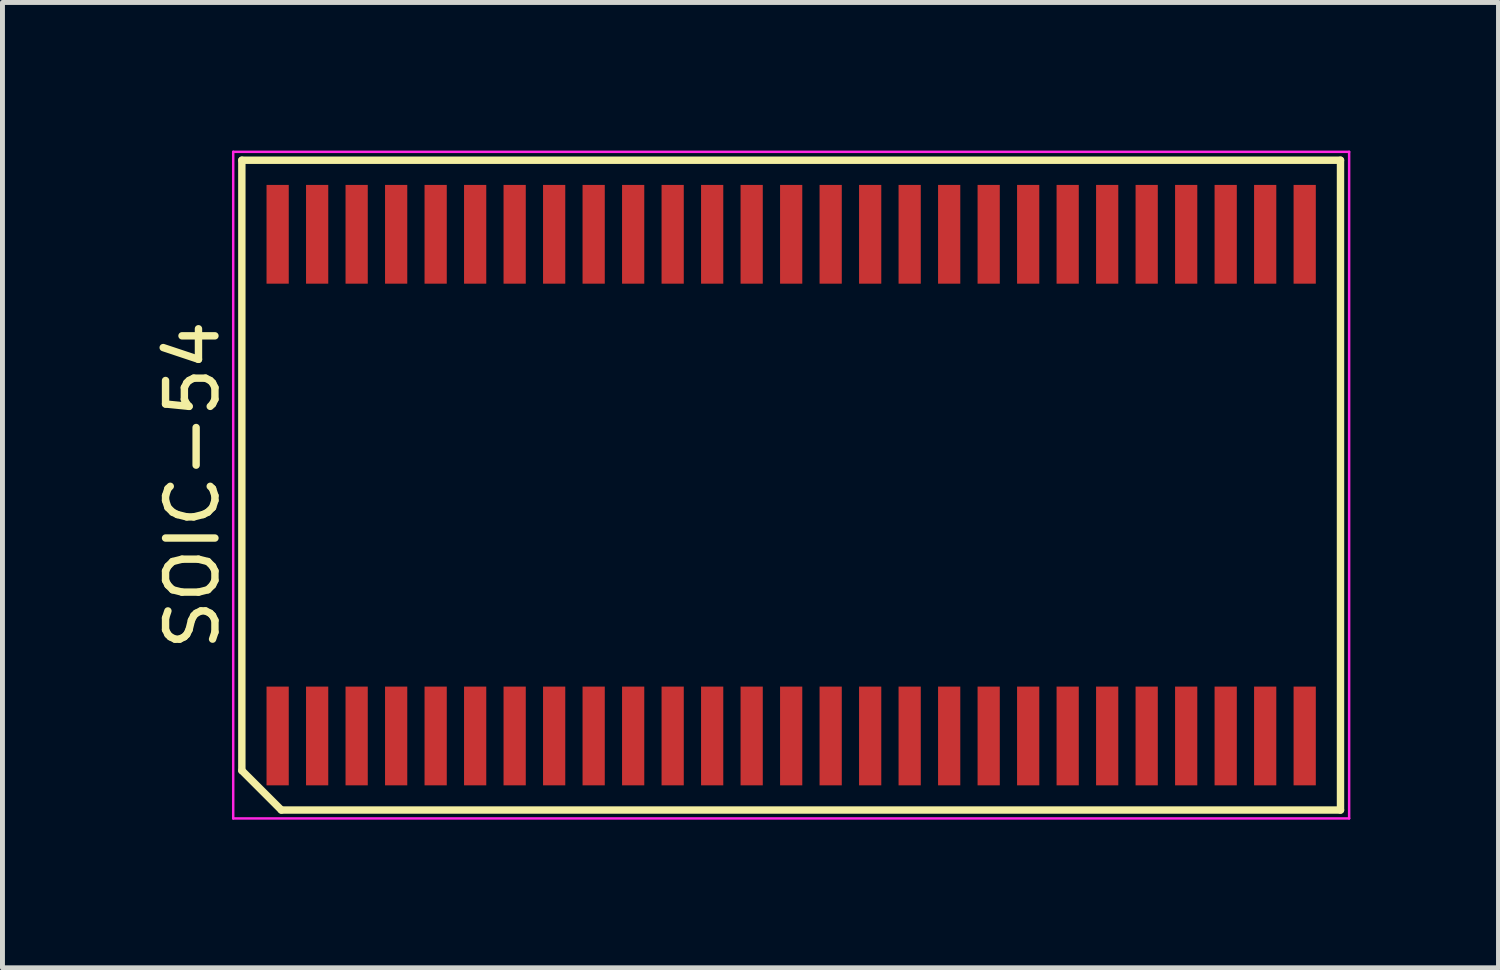
<source format=kicad_pcb>
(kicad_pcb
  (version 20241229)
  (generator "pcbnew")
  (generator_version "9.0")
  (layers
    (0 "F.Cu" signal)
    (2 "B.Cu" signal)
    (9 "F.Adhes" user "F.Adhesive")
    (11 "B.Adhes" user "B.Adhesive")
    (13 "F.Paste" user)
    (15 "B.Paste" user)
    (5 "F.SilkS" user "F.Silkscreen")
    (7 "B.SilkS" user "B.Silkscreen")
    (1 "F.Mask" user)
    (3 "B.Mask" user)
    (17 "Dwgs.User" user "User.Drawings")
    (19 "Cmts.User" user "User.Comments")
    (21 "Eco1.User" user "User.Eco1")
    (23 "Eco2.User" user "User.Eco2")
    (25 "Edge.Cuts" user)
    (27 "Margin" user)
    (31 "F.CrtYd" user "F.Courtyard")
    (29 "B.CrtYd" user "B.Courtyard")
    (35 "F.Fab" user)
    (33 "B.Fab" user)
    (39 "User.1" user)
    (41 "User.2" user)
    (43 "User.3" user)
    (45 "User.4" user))
  (footprint "SOIC-54"
    (layer "F.Cu")
    (at 12.973 6.775)
    (property "Reference" "SOIC-54" (at -12.125 0 90) (layer "F.SilkS") (effects (font (size 1 1) (thickness 0.15))))
    (attr smd)
    (fp_line (start -11.125 -6.58) (end 11.125 -6.58) (stroke (width 0.15) (type solid)) (layer "F.SilkS"))
    (fp_line (start -11.125 5.78) (end -11.125 -6.58) (stroke (width 0.15) (type solid)) (layer "F.SilkS"))
    (fp_line (start -10.325 6.58) (end -11.125 5.78) (stroke (width 0.15) (type solid)) (layer "F.SilkS"))
    (fp_line (start 11.125 -6.58) (end 11.125 6.58) (stroke (width 0.15) (type solid)) (layer "F.SilkS"))
    (fp_line (start 11.125 6.58) (end -10.325 6.58) (stroke (width 0.15) (type solid)) (layer "F.SilkS"))
    (fp_line (start -11.3 -6.75) (end 11.3 -6.75) (stroke (width 0.05) (type solid)) (layer "F.CrtYd"))
    (fp_line (start -11.3 6.75) (end -11.3 -6.75) (stroke (width 0.05) (type solid)) (layer "F.CrtYd"))
    (fp_line (start 11.3 -6.75) (end 11.3 6.75) (stroke (width 0.05) (type solid)) (layer "F.CrtYd"))
    (fp_line (start 11.3 6.75) (end -11.3 6.75) (stroke (width 0.05) (type solid)) (layer "F.CrtYd"))
    (pad "1" smd rect (at -10.4 5.08) (size 0.45 2) (layers "F.Cu" "F.Mask" "F.Paste"))
    (pad "2" smd rect (at -9.6 5.08) (size 0.45 2) (layers "F.Cu" "F.Mask" "F.Paste"))
    (pad "3" smd rect (at -8.8 5.08) (size 0.45 2) (layers "F.Cu" "F.Mask" "F.Paste"))
    (pad "4" smd rect (at -8 5.08) (size 0.45 2) (layers "F.Cu" "F.Mask" "F.Paste"))
    (pad "5" smd rect (at -7.2 5.08) (size 0.45 2) (layers "F.Cu" "F.Mask" "F.Paste"))
    (pad "6" smd rect (at -6.4 5.08) (size 0.45 2) (layers "F.Cu" "F.Mask" "F.Paste"))
    (pad "7" smd rect (at -5.6 5.08) (size 0.45 2) (layers "F.Cu" "F.Mask" "F.Paste"))
    (pad "8" smd rect (at -4.8 5.08) (size 0.45 2) (layers "F.Cu" "F.Mask" "F.Paste"))
    (pad "9" smd rect (at -4 5.08) (size 0.45 2) (layers "F.Cu" "F.Mask" "F.Paste"))
    (pad "10" smd rect (at -3.2 5.08) (size 0.45 2) (layers "F.Cu" "F.Mask" "F.Paste"))
    (pad "11" smd rect (at -2.4 5.08) (size 0.45 2) (layers "F.Cu" "F.Mask" "F.Paste"))
    (pad "12" smd rect (at -1.6 5.08) (size 0.45 2) (layers "F.Cu" "F.Mask" "F.Paste"))
    (pad "13" smd rect (at -0.8 5.08) (size 0.45 2) (layers "F.Cu" "F.Mask" "F.Paste"))
    (pad "14" smd rect (at 0 5.08) (size 0.45 2) (layers "F.Cu" "F.Mask" "F.Paste"))
    (pad "15" smd rect (at 0.8 5.08) (size 0.45 2) (layers "F.Cu" "F.Mask" "F.Paste"))
    (pad "16" smd rect (at 1.6 5.08) (size 0.45 2) (layers "F.Cu" "F.Mask" "F.Paste"))
    (pad "17" smd rect (at 2.4 5.08) (size 0.45 2) (layers "F.Cu" "F.Mask" "F.Paste"))
    (pad "18" smd rect (at 3.2 5.08) (size 0.45 2) (layers "F.Cu" "F.Mask" "F.Paste"))
    (pad "19" smd rect (at 4 5.08) (size 0.45 2) (layers "F.Cu" "F.Mask" "F.Paste"))
    (pad "20" smd rect (at 4.8 5.08) (size 0.45 2) (layers "F.Cu" "F.Mask" "F.Paste"))
    (pad "21" smd rect (at 5.6 5.08) (size 0.45 2) (layers "F.Cu" "F.Mask" "F.Paste"))
    (pad "22" smd rect (at 6.4 5.08) (size 0.45 2) (layers "F.Cu" "F.Mask" "F.Paste"))
    (pad "23" smd rect (at 7.2 5.08) (size 0.45 2) (layers "F.Cu" "F.Mask" "F.Paste"))
    (pad "24" smd rect (at 8 5.08) (size 0.45 2) (layers "F.Cu" "F.Mask" "F.Paste"))
    (pad "25" smd rect (at 8.8 5.08) (size 0.45 2) (layers "F.Cu" "F.Mask" "F.Paste"))
    (pad "26" smd rect (at 9.6 5.08) (size 0.45 2) (layers "F.Cu" "F.Mask" "F.Paste"))
    (pad "27" smd rect (at 10.4 5.08) (size 0.45 2) (layers "F.Cu" "F.Mask" "F.Paste"))
    (pad "28" smd rect (at 10.4 -5.08) (size 0.45 2) (layers "F.Cu" "F.Mask" "F.Paste"))
    (pad "29" smd rect (at 9.6 -5.08) (size 0.45 2) (layers "F.Cu" "F.Mask" "F.Paste"))
    (pad "30" smd rect (at 8.8 -5.08) (size 0.45 2) (layers "F.Cu" "F.Mask" "F.Paste"))
    (pad "31" smd rect (at 8 -5.08) (size 0.45 2) (layers "F.Cu" "F.Mask" "F.Paste"))
    (pad "32" smd rect (at 7.2 -5.08) (size 0.45 2) (layers "F.Cu" "F.Mask" "F.Paste"))
    (pad "33" smd rect (at 6.4 -5.08) (size 0.45 2) (layers "F.Cu" "F.Mask" "F.Paste"))
    (pad "34" smd rect (at 5.6 -5.08) (size 0.45 2) (layers "F.Cu" "F.Mask" "F.Paste"))
    (pad "35" smd rect (at 4.8 -5.08) (size 0.45 2) (layers "F.Cu" "F.Mask" "F.Paste"))
    (pad "36" smd rect (at 4 -5.08) (size 0.45 2) (layers "F.Cu" "F.Mask" "F.Paste"))
    (pad "37" smd rect (at 3.2 -5.08) (size 0.45 2) (layers "F.Cu" "F.Mask" "F.Paste"))
    (pad "38" smd rect (at 2.4 -5.08) (size 0.45 2) (layers "F.Cu" "F.Mask" "F.Paste"))
    (pad "39" smd rect (at 1.6 -5.08) (size 0.45 2) (layers "F.Cu" "F.Mask" "F.Paste"))
    (pad "40" smd rect (at 0.8 -5.08) (size 0.45 2) (layers "F.Cu" "F.Mask" "F.Paste"))
    (pad "41" smd rect (at 0 -5.08) (size 0.45 2) (layers "F.Cu" "F.Mask" "F.Paste"))
    (pad "42" smd rect (at -0.8 -5.08) (size 0.45 2) (layers "F.Cu" "F.Mask" "F.Paste"))
    (pad "43" smd rect (at -1.6 -5.08) (size 0.45 2) (layers "F.Cu" "F.Mask" "F.Paste"))
    (pad "44" smd rect (at -2.4 -5.08) (size 0.45 2) (layers "F.Cu" "F.Mask" "F.Paste"))
    (pad "45" smd rect (at -3.2 -5.08) (size 0.45 2) (layers "F.Cu" "F.Mask" "F.Paste"))
    (pad "46" smd rect (at -4 -5.08) (size 0.45 2) (layers "F.Cu" "F.Mask" "F.Paste"))
    (pad "47" smd rect (at -4.8 -5.08) (size 0.45 2) (layers "F.Cu" "F.Mask" "F.Paste"))
    (pad "48" smd rect (at -5.6 -5.08) (size 0.45 2) (layers "F.Cu" "F.Mask" "F.Paste"))
    (pad "49" smd rect (at -6.4 -5.08) (size 0.45 2) (layers "F.Cu" "F.Mask" "F.Paste"))
    (pad "50" smd rect (at -7.2 -5.08) (size 0.45 2) (layers "F.Cu" "F.Mask" "F.Paste"))
    (pad "51" smd rect (at -8 -5.08) (size 0.45 2) (layers "F.Cu" "F.Mask" "F.Paste"))
    (pad "52" smd rect (at -8.8 -5.08) (size 0.45 2) (layers "F.Cu" "F.Mask" "F.Paste"))
    (pad "53" smd rect (at -9.6 -5.08) (size 0.45 2) (layers "F.Cu" "F.Mask" "F.Paste"))
    (pad "54" smd rect (at -10.4 -5.08) (size 0.45 2) (layers "F.Cu" "F.Mask" "F.Paste")))
  (gr_rect
    (start -3 -3)
    (end 27.298 16.55)
    (stroke (width 0.1) (type default))
    (fill no)
    (layer "Edge.Cuts")))
</source>
